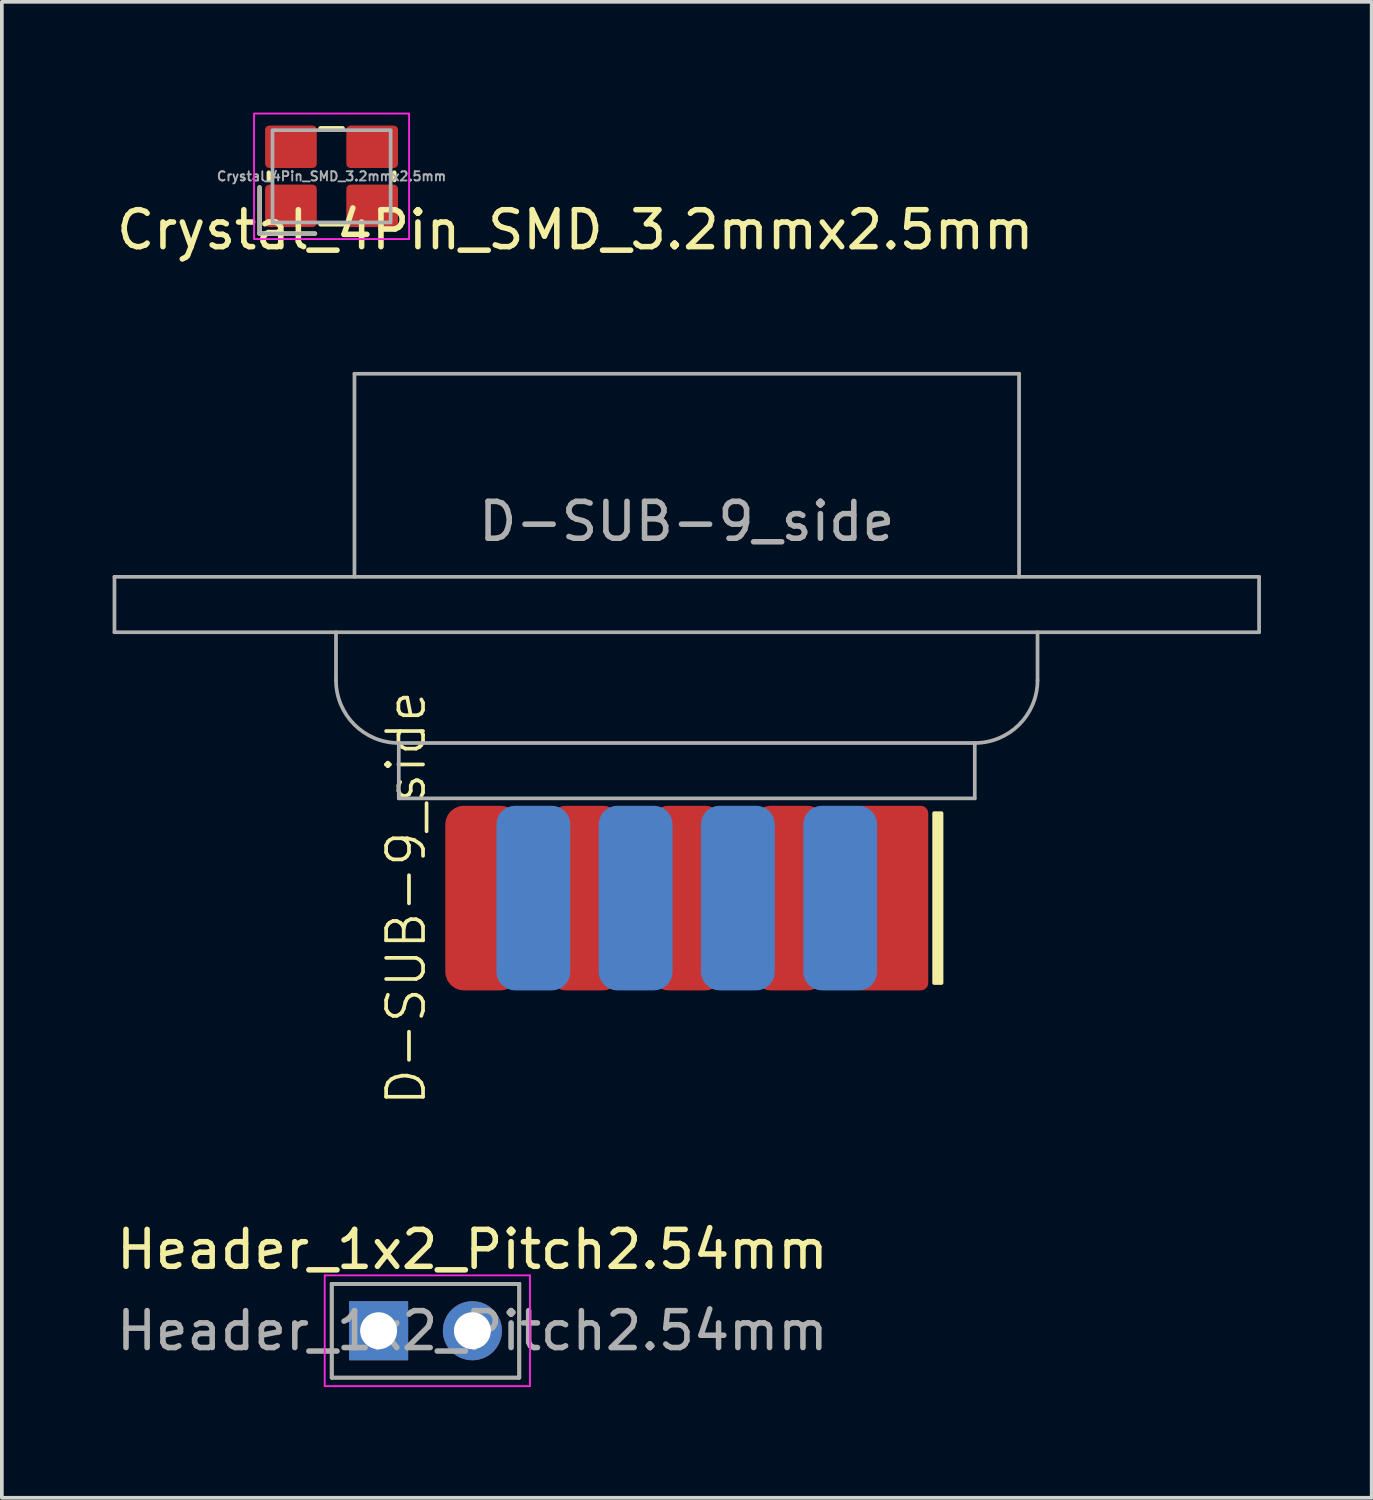
<source format=kicad_pcb>
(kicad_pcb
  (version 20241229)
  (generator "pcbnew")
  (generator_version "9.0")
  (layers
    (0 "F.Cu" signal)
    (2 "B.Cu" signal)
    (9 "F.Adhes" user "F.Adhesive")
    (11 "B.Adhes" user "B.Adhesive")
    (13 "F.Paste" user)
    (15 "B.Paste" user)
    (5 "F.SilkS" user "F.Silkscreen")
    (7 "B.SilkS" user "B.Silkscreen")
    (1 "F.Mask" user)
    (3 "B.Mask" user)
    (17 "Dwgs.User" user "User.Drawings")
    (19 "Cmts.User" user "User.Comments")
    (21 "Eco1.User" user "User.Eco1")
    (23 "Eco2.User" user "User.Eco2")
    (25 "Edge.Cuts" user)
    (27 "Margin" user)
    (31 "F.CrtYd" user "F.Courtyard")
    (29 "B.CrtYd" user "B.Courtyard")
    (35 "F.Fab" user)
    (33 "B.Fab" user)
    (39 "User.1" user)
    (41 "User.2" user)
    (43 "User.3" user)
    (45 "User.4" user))
  (footprint "Header_1x2_Pitch2.54mm"
    (layer "F.Cu")
    (at 9.744 32.991)
    (property "Reference" "Header_1x2_Pitch2.54mm" (at 0 -2.2 0) (layer "F.SilkS") (effects (font (size 1 1) (thickness 0.15))))
    (attr through_hole)
    (fp_line (start -3.81 1.27) (end -3.81 -1.27) (stroke (width 0.1) (type solid)) (layer "F.SilkS"))
    (fp_line (start 1.27 -1.27) (end -3.81 -1.27) (stroke (width 0.1) (type solid)) (layer "F.SilkS"))
    (fp_line (start 1.27 1.27) (end -3.81 1.27) (stroke (width 0.1) (type solid)) (layer "F.SilkS"))
    (fp_line (start 1.27 1.27) (end 1.27 -1.27) (stroke (width 0.1) (type solid)) (layer "F.SilkS"))
    (fp_line (start -4 -1.5) (end -4 1.5) (stroke (width 0.05) (type solid)) (layer "F.CrtYd"))
    (fp_line (start -4 1.5) (end -4 1.5) (stroke (width 0.05) (type solid)) (layer "F.CrtYd"))
    (fp_line (start -4 1.5) (end 1.56 1.5) (stroke (width 0.05) (type solid)) (layer "F.CrtYd"))
    (fp_line (start 1.56 -1.5) (end -4 -1.5) (stroke (width 0.05) (type solid)) (layer "F.CrtYd"))
    (fp_line (start 1.56 1.5) (end 1.56 -1.5) (stroke (width 0.05) (type solid)) (layer "F.CrtYd"))
    (fp_line (start -3.81 1.27) (end -3.81 -1.27) (stroke (width 0.1) (type solid)) (layer "F.Fab"))
    (fp_line (start 1.27 -1.27) (end -3.81 -1.27) (stroke (width 0.1) (type solid)) (layer "F.Fab"))
    (fp_line (start 1.27 1.27) (end -3.81 1.27) (stroke (width 0.1) (type solid)) (layer "F.Fab"))
    (fp_line (start 1.27 1.27) (end 1.27 -1.27) (stroke (width 0.1) (type solid)) (layer "F.Fab"))
    (fp_text user "${REFERENCE}" (at 0 0 0) (layer "F.Fab") (effects (font (size 1 1) (thickness 0.15))))
    (pad "1" thru_hole rect (at -2.54 0) (size 1.6 1.6) (drill 1) (layers "*.Cu" "*.Mask"))
    (pad "2" thru_hole circle (at 0 0) (size 1.6 1.6) (drill 1) (layers "*.Cu" "*.Mask")))
  (footprint "D-SUB-9_side"
    (layer "F.Cu")
    (at 15.55 18.573)
    (property "Reference" "D-SUB-9_side" (at -7.6 2.7 90) (unlocked yes) (layer "F.SilkS") (effects (font (size 1 1) (thickness 0.1))))
    (fp_rect (start 6.7 0.4) (end 6.9 5) (stroke (width 0.1) (type solid)) (fill yes) (layer "F.SilkS"))
    (fp_line (start -15.5 -6) (end -15.5 -4.5) (stroke (width 0.1) (type default)) (layer "F.Fab"))
    (fp_line (start -15.5 -4.5) (end 15.5 -4.5) (stroke (width 0.1) (type default)) (layer "F.Fab"))
    (fp_line (start -9.5 -3.2) (end -9.5 -4.5) (stroke (width 0.1) (type default)) (layer "F.Fab"))
    (fp_line (start -9 -11.5) (end -9 -6) (stroke (width 0.1) (type default)) (layer "F.Fab"))
    (fp_line (start -9 -11.5) (end 9 -11.5) (stroke (width 0.1) (type default)) (layer "F.Fab"))
    (fp_line (start -7.8 -1.5) (end 7.8 -1.5) (stroke (width 0.1) (type default)) (layer "F.Fab"))
    (fp_line (start -7.8 0) (end -7.8 -1.5) (stroke (width 0.1) (type default)) (layer "F.Fab"))
    (fp_line (start -7.8 0) (end 7.8 0) (stroke (width 0.1) (type default)) (layer "F.Fab"))
    (fp_line (start 7.8 0) (end 7.8 -1.5) (stroke (width 0.1) (type default)) (layer "F.Fab"))
    (fp_line (start 9 -11.5) (end 9 -6) (stroke (width 0.1) (type default)) (layer "F.Fab"))
    (fp_line (start 9.5 -4.5) (end 9.5 -3.2) (stroke (width 0.1) (type default)) (layer "F.Fab"))
    (fp_line (start 15.5 -6) (end -15.5 -6) (stroke (width 0.1) (type default)) (layer "F.Fab"))
    (fp_line (start 15.5 -4.5) (end 15.5 -6) (stroke (width 0.1) (type default)) (layer "F.Fab"))
    (fp_arc (start -7.8 -1.5) (mid -9.002082 -1.997918) (end -9.5 -3.2) (stroke (width 0.1) (type default)) (layer "F.Fab"))
    (fp_arc (start 9.5 -3.2) (mid 9.002082 -1.997918) (end 7.8 -1.5) (stroke (width 0.1) (type default)) (layer "F.Fab"))
    (fp_text user "${REFERENCE}" (at 0 -7.5 0) (unlocked yes) (layer "F.Fab") (effects (font (size 1 1) (thickness 0.15))))
    (pad "1" smd roundrect (at 5.54 2.7) (size 2 5) (layers "F.Cu" "F.Mask" "F.Paste") (roundrect_rratio 0.1))
    (pad "2" smd roundrect (at 2.77 2.7) (size 2 5) (layers "F.Cu" "F.Mask" "F.Paste") (roundrect_rratio 0.25))
    (pad "3" smd roundrect (at 0 2.7) (size 2 5) (layers "F.Cu" "F.Mask" "F.Paste") (roundrect_rratio 0.25))
    (pad "4" smd roundrect (at -2.77 2.7) (size 2 5) (layers "F.Cu" "F.Mask" "F.Paste") (roundrect_rratio 0.25))
    (pad "5" smd roundrect (at -5.54 2.7) (size 2 5) (layers "F.Cu" "F.Mask" "F.Paste") (roundrect_rratio 0.25))
    (pad "6" smd roundrect (at 4.155 2.7) (size 2 5) (layers "B.Cu" "B.Mask" "B.Paste") (roundrect_rratio 0.25))
    (pad "7" smd roundrect (at 1.385 2.7) (size 2 5) (layers "B.Cu" "B.Mask" "B.Paste") (roundrect_rratio 0.25))
    (pad "8" smd roundrect (at -1.385 2.7) (size 2 5) (layers "B.Cu" "B.Mask" "B.Paste") (roundrect_rratio 0.25))
    (pad "9" smd roundrect (at -4.155 2.7) (size 2 5) (layers "B.Cu" "B.Mask" "B.Paste") (roundrect_rratio 0.25)))
  (footprint "Crystal_4Pin_SMD_3.2mmx2.5mm"
    (layer "F.Cu")
    (at 5.93 1.725)
    (property "Reference" "Crystal_4Pin_SMD_3.2mmx2.5mm" (at 6.6 1.45 180) (layer "F.SilkS") (effects (font (size 1 1) (thickness 0.15))))
    (attr smd)
    (fp_line (start -1.95 1.55) (end -1.95 0.3) (stroke (width 0.12) (type solid)) (layer "F.SilkS"))
    (fp_line (start -1.95 1.55) (end -0.45 1.55) (stroke (width 0.12) (type solid)) (layer "F.SilkS"))
    (fp_line (start -1.7 0.1) (end -1.7 -0.1) (stroke (width 0.12) (type solid)) (layer "F.SilkS"))
    (fp_line (start -0.3 -1.3) (end 0.3 -1.3) (stroke (width 0.12) (type solid)) (layer "F.SilkS"))
    (fp_line (start -0.3 1.3) (end 0.3 1.3) (stroke (width 0.12) (type solid)) (layer "F.SilkS"))
    (fp_line (start 1.7 0.1) (end 1.7 -0.1) (stroke (width 0.12) (type solid)) (layer "F.SilkS"))
    (fp_rect (start -2.1 -1.7) (end 2.1 1.7) (stroke (width 0.05) (type solid)) (fill no) (layer "F.CrtYd"))
    (fp_line (start -1.95 0.3) (end -1.95 1.55) (stroke (width 0.1) (type solid)) (layer "F.Fab"))
    (fp_line (start -1.95 1.55) (end -0.45 1.55) (stroke (width 0.1) (type solid)) (layer "F.Fab"))
    (fp_rect (start -1.6 -1.25) (end 1.6 1.25) (stroke (width 0.1) (type solid)) (fill no) (layer "F.Fab"))
    (fp_text user "${REFERENCE}" (at 0 0 180) (layer "F.Fab") (effects (font (size 0.25 0.25) (thickness 0.05))))
    (pad "1" smd roundrect (at -1.1 0.8) (size 1.4 1.15) (layers "F.Cu" "F.Mask" "F.Paste") (roundrect_rratio 0.1))
    (pad "2" smd roundrect (at 1.1 0.8) (size 1.4 1.15) (layers "F.Cu" "F.Mask" "F.Paste") (roundrect_rratio 0.1))
    (pad "3" smd roundrect (at 1.1 -0.8) (size 1.4 1.15) (layers "F.Cu" "F.Mask" "F.Paste") (roundrect_rratio 0.1))
    (pad "4" smd roundrect (at -1.1 -0.8) (size 1.4 1.15) (layers "F.Cu" "F.Mask" "F.Paste") (roundrect_rratio 0.1)))
  (gr_rect
    (start -3 -3)
    (end 34.1 37.516)
    (stroke (width 0.1) (type default))
    (fill no)
    (layer "Edge.Cuts")))
</source>
